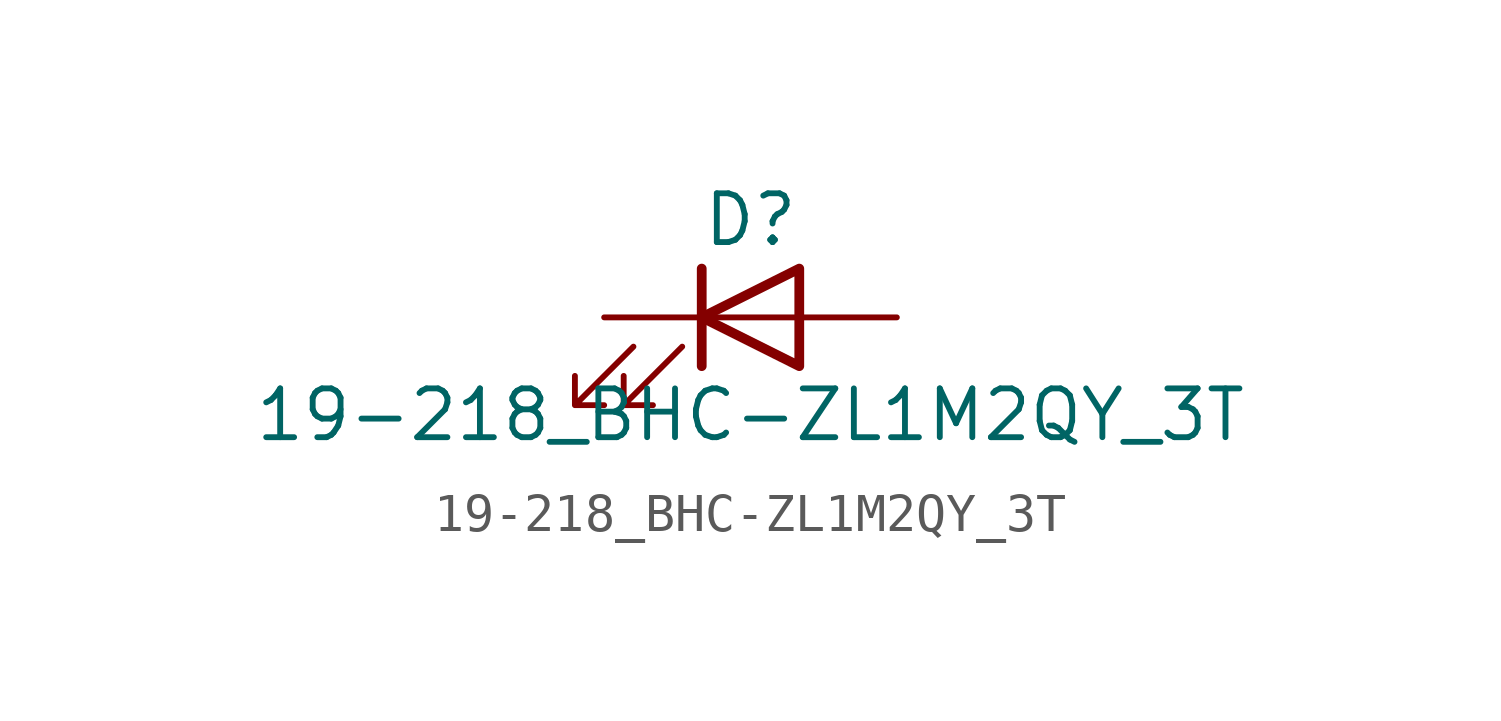
<source format=kicad_sym>
(kicad_symbol_lib
  (version 20211014)
  (generator kicad_symbol_editor)
  (symbol "19-218_BHC-ZL1M2QY_3T"
    (pin_numbers hide)
    (pin_names
      (offset 1.016) hide)
    (property "Reference" "D"
      (at 0 2.54 0)
      (effects (font (size 1.27 1.27))))
    (property "Value" "19-218_BHC-ZL1M2QY_3T"
      (at 0 -2.54 0)
      (effects (font (size 1.27 1.27))))
    (symbol "19-218_BHC-ZL1M2QY_3T_0_1"
      (polyline (pts (xy -1.27 -1.27) (xy -1.27 1.27)) (stroke (width 0.254) (type default) (color 0 0 0 0)) (fill (type none)))
      (polyline (pts (xy -1.27 0) (xy 1.27 0)) (stroke (width 0) (type default) (color 0 0 0 0)) (fill (type none)))
      (polyline (pts (xy 1.27 -1.27) (xy 1.27 1.27) (xy -1.27 0) (xy 1.27 -1.27)) (stroke (width 0.254) (type default) (color 0 0 0 0)) (fill (type none)))
      (polyline (pts (xy -3.048 -0.762) (xy -4.572 -2.286) (xy -3.81 -2.286) (xy -4.572 -2.286) (xy -4.572 -1.524)) (stroke (width 0) (type default) (color 0 0 0 0)) (fill (type none)))
      (polyline (pts (xy -1.778 -0.762) (xy -3.302 -2.286) (xy -2.54 -2.286) (xy -3.302 -2.286) (xy -3.302 -1.524)) (stroke (width 0) (type default) (color 0 0 0 0)) (fill (type none))))
    (symbol "19-218_BHC-ZL1M2QY_3T_1_1"
      (pin passive line (at -3.81 0 0) (length 2.54) (name "K" (effects (font (size 1.27 1.27)))) (number "1" (effects (font (size 1.27 1.27)))))
      (pin passive line (at 3.81 0 180) (length 2.54) (name "A" (effects (font (size 1.27 1.27)))) (number "2" (effects (font (size 1.27 1.27))))))))
</source>
